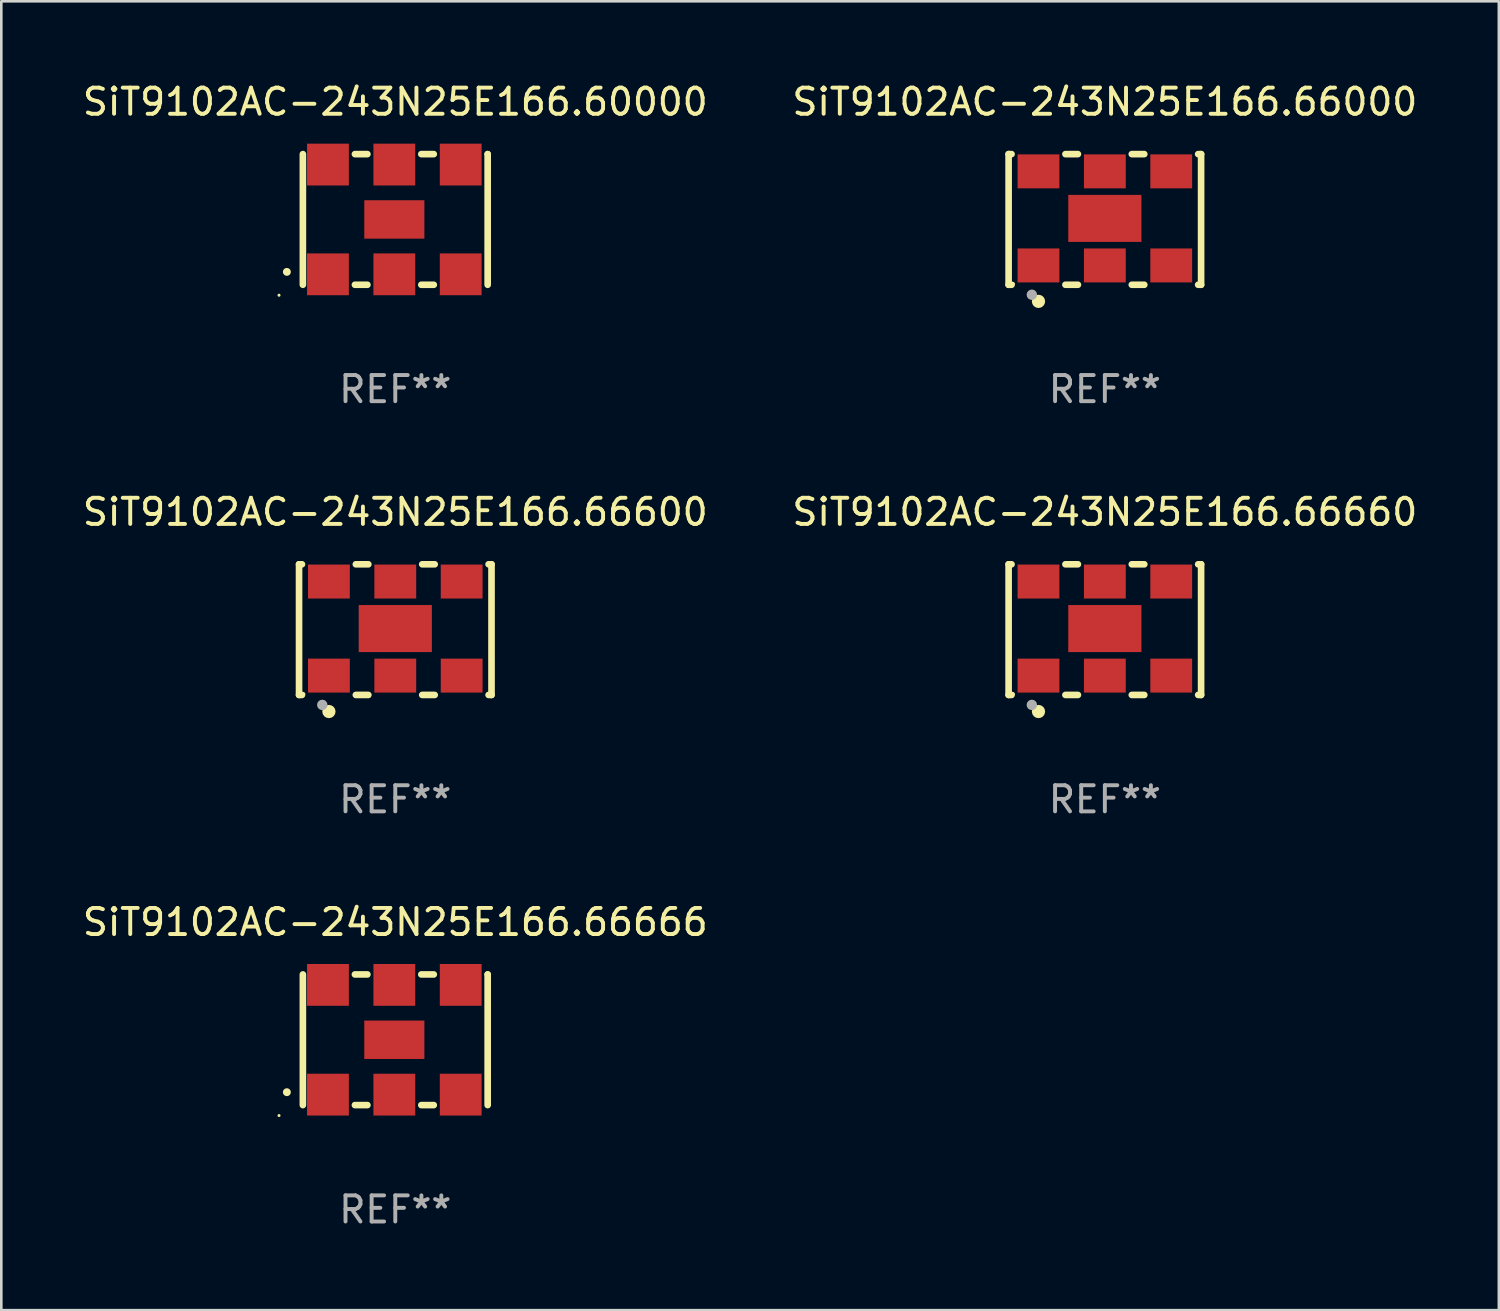
<source format=kicad_pcb>
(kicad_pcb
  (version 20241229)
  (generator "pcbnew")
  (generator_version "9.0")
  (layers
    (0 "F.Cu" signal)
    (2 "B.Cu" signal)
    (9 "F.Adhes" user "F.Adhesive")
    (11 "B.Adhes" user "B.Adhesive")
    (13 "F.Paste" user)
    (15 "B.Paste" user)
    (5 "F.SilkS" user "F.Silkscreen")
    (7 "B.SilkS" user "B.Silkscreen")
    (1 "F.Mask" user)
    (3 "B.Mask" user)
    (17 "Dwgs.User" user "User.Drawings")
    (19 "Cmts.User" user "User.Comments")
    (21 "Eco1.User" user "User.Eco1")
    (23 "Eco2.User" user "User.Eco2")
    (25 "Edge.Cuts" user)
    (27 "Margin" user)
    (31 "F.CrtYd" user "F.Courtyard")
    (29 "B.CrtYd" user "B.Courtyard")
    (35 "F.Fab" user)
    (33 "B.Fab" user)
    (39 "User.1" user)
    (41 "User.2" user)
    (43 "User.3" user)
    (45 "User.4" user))
  (footprint "SiT9102AC-243N25E166.66600"
    (layer "F.Cu")
    (at 12.077 21.045)
    (property "Reference" "SiT9102AC-243N25E166.66600" (at 0 -4.5 0) (layer "F.SilkS") (effects (font (size 1 1) (thickness 0.15))))
    (attr through_hole)
    (fp_line (start -3.683 -2.5) (end -3.571 -2.5) (stroke (width 0.254) (type solid)) (layer "F.SilkS"))
    (fp_line (start -3.683 2.5) (end -3.683 -2.5) (stroke (width 0.254) (type solid)) (layer "F.SilkS"))
    (fp_line (start -3.683 2.5) (end -3.571 2.5) (stroke (width 0.254) (type solid)) (layer "F.SilkS"))
    (fp_line (start -1.509 -2.5) (end -1.031 -2.5) (stroke (width 0.254) (type solid)) (layer "F.SilkS"))
    (fp_line (start -1.509 2.5) (end -1.031 2.5) (stroke (width 0.254) (type solid)) (layer "F.SilkS"))
    (fp_line (start 1.031 -2.5) (end 1.509 -2.5) (stroke (width 0.254) (type solid)) (layer "F.SilkS"))
    (fp_line (start 1.031 2.5) (end 1.509 2.5) (stroke (width 0.254) (type solid)) (layer "F.SilkS"))
    (fp_line (start 3.571 -2.5) (end 3.683 -2.5) (stroke (width 0.254) (type solid)) (layer "F.SilkS"))
    (fp_line (start 3.571 2.5) (end 3.683 2.5) (stroke (width 0.254) (type solid)) (layer "F.SilkS"))
    (fp_line (start 3.683 2.5) (end 3.683 -2.5) (stroke (width 0.254) (type solid)) (layer "F.SilkS"))
    (fp_circle (center -3.5 2.46) (end -3.47 2.46) (stroke (width 0.06) (type solid)) (fill no) (layer "F.SilkS"))
    (fp_circle (center -2.54 3.135) (end -2.413 3.135) (stroke (width 0.254) (type solid)) (fill no) (layer "F.SilkS"))
    (fp_circle (center -2.794 2.881) (end -2.694 2.881) (stroke (width 0.2) (type solid)) (fill no) (layer "F.Fab"))
    (fp_text user "REF**" (at 0 6.5 0) (layer "F.Fab") (effects (font (size 1 1) (thickness 0.15))))
    (pad "1" smd rect (at -2.54 1.76) (size 1.6 1.3) (layers "F.Cu" "F.Mask" "F.Paste"))
    (pad "2" smd rect (at 0 1.76) (size 1.6 1.3) (layers "F.Cu" "F.Mask" "F.Paste"))
    (pad "3" smd rect (at 2.54 1.76) (size 1.6 1.3) (layers "F.Cu" "F.Mask" "F.Paste"))
    (pad "4" smd rect (at 2.54 -1.84) (size 1.6 1.3) (layers "F.Cu" "F.Mask" "F.Paste"))
    (pad "5" smd rect (at 0 -1.84) (size 1.6 1.3) (layers "F.Cu" "F.Mask" "F.Paste"))
    (pad "6" smd rect (at -2.54 -1.84) (size 1.6 1.3) (layers "F.Cu" "F.Mask" "F.Paste"))
    (pad "7" smd rect (at 0 -0.04) (size 2.8 1.8) (layers "F.Cu" "F.Mask" "F.Paste")))
  (footprint "SiT9102AC-243N25E166.66660"
    (layer "F.Cu")
    (at 39.232 21.045)
    (property "Reference" "SiT9102AC-243N25E166.66660" (at 0 -4.5 0) (layer "F.SilkS") (effects (font (size 1 1) (thickness 0.15))))
    (attr through_hole)
    (fp_line (start -3.683 -2.5) (end -3.571 -2.5) (stroke (width 0.254) (type solid)) (layer "F.SilkS"))
    (fp_line (start -3.683 2.5) (end -3.683 -2.5) (stroke (width 0.254) (type solid)) (layer "F.SilkS"))
    (fp_line (start -3.683 2.5) (end -3.571 2.5) (stroke (width 0.254) (type solid)) (layer "F.SilkS"))
    (fp_line (start -1.509 -2.5) (end -1.031 -2.5) (stroke (width 0.254) (type solid)) (layer "F.SilkS"))
    (fp_line (start -1.509 2.5) (end -1.031 2.5) (stroke (width 0.254) (type solid)) (layer "F.SilkS"))
    (fp_line (start 1.031 -2.5) (end 1.509 -2.5) (stroke (width 0.254) (type solid)) (layer "F.SilkS"))
    (fp_line (start 1.031 2.5) (end 1.509 2.5) (stroke (width 0.254) (type solid)) (layer "F.SilkS"))
    (fp_line (start 3.571 -2.5) (end 3.683 -2.5) (stroke (width 0.254) (type solid)) (layer "F.SilkS"))
    (fp_line (start 3.571 2.5) (end 3.683 2.5) (stroke (width 0.254) (type solid)) (layer "F.SilkS"))
    (fp_line (start 3.683 2.5) (end 3.683 -2.5) (stroke (width 0.254) (type solid)) (layer "F.SilkS"))
    (fp_circle (center -3.5 2.46) (end -3.47 2.46) (stroke (width 0.06) (type solid)) (fill no) (layer "F.SilkS"))
    (fp_circle (center -2.54 3.135) (end -2.413 3.135) (stroke (width 0.254) (type solid)) (fill no) (layer "F.SilkS"))
    (fp_circle (center -2.794 2.881) (end -2.694 2.881) (stroke (width 0.2) (type solid)) (fill no) (layer "F.Fab"))
    (fp_text user "REF**" (at 0 6.5 0) (layer "F.Fab") (effects (font (size 1 1) (thickness 0.15))))
    (pad "1" smd rect (at -2.54 1.76) (size 1.6 1.3) (layers "F.Cu" "F.Mask" "F.Paste"))
    (pad "2" smd rect (at 0 1.76) (size 1.6 1.3) (layers "F.Cu" "F.Mask" "F.Paste"))
    (pad "3" smd rect (at 2.54 1.76) (size 1.6 1.3) (layers "F.Cu" "F.Mask" "F.Paste"))
    (pad "4" smd rect (at 2.54 -1.84) (size 1.6 1.3) (layers "F.Cu" "F.Mask" "F.Paste"))
    (pad "5" smd rect (at 0 -1.84) (size 1.6 1.3) (layers "F.Cu" "F.Mask" "F.Paste"))
    (pad "6" smd rect (at -2.54 -1.84) (size 1.6 1.3) (layers "F.Cu" "F.Mask" "F.Paste"))
    (pad "7" smd rect (at 0 -0.04) (size 2.8 1.8) (layers "F.Cu" "F.Mask" "F.Paste")))
  (footprint "SiT9102AC-243N25E166.66666"
    (layer "F.Cu")
    (at 12.077 36.741)
    (property "Reference" "SiT9102AC-243N25E166.66666" (at 0 -4.5 0) (layer "F.SilkS") (effects (font (size 1 1) (thickness 0.15))))
    (attr through_hole)
    (fp_line (start -3.536 -2.5) (end -3.536 2.5) (stroke (width 0.254) (type solid)) (layer "F.SilkS"))
    (fp_line (start -1.544 2.5) (end -1.067 2.5) (stroke (width 0.254) (type solid)) (layer "F.SilkS"))
    (fp_line (start -1.067 -2.5) (end -1.544 -2.5) (stroke (width 0.254) (type solid)) (layer "F.SilkS"))
    (fp_line (start 0.996 2.5) (end 1.473 2.5) (stroke (width 0.254) (type solid)) (layer "F.SilkS"))
    (fp_line (start 1.473 -2.5) (end 0.996 -2.5) (stroke (width 0.254) (type solid)) (layer "F.SilkS"))
    (fp_line (start 3.536 -2.5) (end 3.536 -2.5) (stroke (width 0.254) (type solid)) (layer "F.SilkS"))
    (fp_line (start 3.536 2.5) (end 3.536 -2.5) (stroke (width 0.254) (type solid)) (layer "F.SilkS"))
    (fp_arc (start -4.150432 2.006604) (mid -4.149162 2.006599) (end -4.147892 2.006604) (stroke (width 0.3) (type solid)) (layer "F.SilkS"))
    (fp_circle (center -4.449 2.9) (end -4.419 2.9) (stroke (width 0.06) (type solid)) (fill no) (layer "F.SilkS"))
    (fp_text user "REF**" (at 0 6.5 0) (layer "F.Fab") (effects (font (size 1 1) (thickness 0.15))))
    (pad "1" smd rect (at -2.576 2.1) (size 1.6 1.6) (layers "F.Cu" "F.Mask" "F.Paste"))
    (pad "2" smd rect (at -0.036 2.1) (size 1.6 1.6) (layers "F.Cu" "F.Mask" "F.Paste"))
    (pad "3" smd rect (at 2.504 2.1) (size 1.6 1.6) (layers "F.Cu" "F.Mask" "F.Paste"))
    (pad "4" smd rect (at 2.504 -2.1) (size 1.6 1.6) (layers "F.Cu" "F.Mask" "F.Paste"))
    (pad "5" smd rect (at -0.036 -2.1) (size 1.6 1.6) (layers "F.Cu" "F.Mask" "F.Paste"))
    (pad "6" smd rect (at -2.576 -2.1) (size 1.6 1.6) (layers "F.Cu" "F.Mask" "F.Paste"))
    (pad "7" smd rect (at -0.036 0) (size 2.3 1.47) (layers "F.Cu" "F.Mask" "F.Paste")))
  (footprint "SiT9102AC-243N25E166.60000"
    (layer "F.Cu")
    (at 12.077 5.348)
    (property "Reference" "SiT9102AC-243N25E166.60000" (at 0 -4.5 0) (layer "F.SilkS") (effects (font (size 1 1) (thickness 0.15))))
    (attr through_hole)
    (fp_line (start -3.536 -2.5) (end -3.536 2.5) (stroke (width 0.254) (type solid)) (layer "F.SilkS"))
    (fp_line (start -1.544 2.5) (end -1.067 2.5) (stroke (width 0.254) (type solid)) (layer "F.SilkS"))
    (fp_line (start -1.067 -2.5) (end -1.544 -2.5) (stroke (width 0.254) (type solid)) (layer "F.SilkS"))
    (fp_line (start 0.996 2.5) (end 1.473 2.5) (stroke (width 0.254) (type solid)) (layer "F.SilkS"))
    (fp_line (start 1.473 -2.5) (end 0.996 -2.5) (stroke (width 0.254) (type solid)) (layer "F.SilkS"))
    (fp_line (start 3.536 -2.5) (end 3.536 -2.5) (stroke (width 0.254) (type solid)) (layer "F.SilkS"))
    (fp_line (start 3.536 2.5) (end 3.536 -2.5) (stroke (width 0.254) (type solid)) (layer "F.SilkS"))
    (fp_arc (start -4.150432 2.006604) (mid -4.149162 2.006599) (end -4.147892 2.006604) (stroke (width 0.3) (type solid)) (layer "F.SilkS"))
    (fp_circle (center -4.449 2.9) (end -4.419 2.9) (stroke (width 0.06) (type solid)) (fill no) (layer "F.SilkS"))
    (fp_text user "REF**" (at 0 6.5 0) (layer "F.Fab") (effects (font (size 1 1) (thickness 0.15))))
    (pad "1" smd rect (at -2.576 2.1) (size 1.6 1.6) (layers "F.Cu" "F.Mask" "F.Paste"))
    (pad "2" smd rect (at -0.036 2.1) (size 1.6 1.6) (layers "F.Cu" "F.Mask" "F.Paste"))
    (pad "3" smd rect (at 2.504 2.1) (size 1.6 1.6) (layers "F.Cu" "F.Mask" "F.Paste"))
    (pad "4" smd rect (at 2.504 -2.1) (size 1.6 1.6) (layers "F.Cu" "F.Mask" "F.Paste"))
    (pad "5" smd rect (at -0.036 -2.1) (size 1.6 1.6) (layers "F.Cu" "F.Mask" "F.Paste"))
    (pad "6" smd rect (at -2.576 -2.1) (size 1.6 1.6) (layers "F.Cu" "F.Mask" "F.Paste"))
    (pad "7" smd rect (at -0.036 0) (size 2.3 1.47) (layers "F.Cu" "F.Mask" "F.Paste")))
  (footprint "SiT9102AC-243N25E166.66000"
    (layer "F.Cu")
    (at 39.232 5.348)
    (property "Reference" "SiT9102AC-243N25E166.66000" (at 0 -4.5 0) (layer "F.SilkS") (effects (font (size 1 1) (thickness 0.15))))
    (attr through_hole)
    (fp_line (start -3.683 -2.5) (end -3.571 -2.5) (stroke (width 0.254) (type solid)) (layer "F.SilkS"))
    (fp_line (start -3.683 2.5) (end -3.683 -2.5) (stroke (width 0.254) (type solid)) (layer "F.SilkS"))
    (fp_line (start -3.683 2.5) (end -3.571 2.5) (stroke (width 0.254) (type solid)) (layer "F.SilkS"))
    (fp_line (start -1.509 -2.5) (end -1.031 -2.5) (stroke (width 0.254) (type solid)) (layer "F.SilkS"))
    (fp_line (start -1.509 2.5) (end -1.031 2.5) (stroke (width 0.254) (type solid)) (layer "F.SilkS"))
    (fp_line (start 1.031 -2.5) (end 1.509 -2.5) (stroke (width 0.254) (type solid)) (layer "F.SilkS"))
    (fp_line (start 1.031 2.5) (end 1.509 2.5) (stroke (width 0.254) (type solid)) (layer "F.SilkS"))
    (fp_line (start 3.571 -2.5) (end 3.683 -2.5) (stroke (width 0.254) (type solid)) (layer "F.SilkS"))
    (fp_line (start 3.571 2.5) (end 3.683 2.5) (stroke (width 0.254) (type solid)) (layer "F.SilkS"))
    (fp_line (start 3.683 2.5) (end 3.683 -2.5) (stroke (width 0.254) (type solid)) (layer "F.SilkS"))
    (fp_circle (center -3.5 2.46) (end -3.47 2.46) (stroke (width 0.06) (type solid)) (fill no) (layer "F.SilkS"))
    (fp_circle (center -2.54 3.135) (end -2.413 3.135) (stroke (width 0.254) (type solid)) (fill no) (layer "F.SilkS"))
    (fp_circle (center -2.794 2.881) (end -2.694 2.881) (stroke (width 0.2) (type solid)) (fill no) (layer "F.Fab"))
    (fp_text user "REF**" (at 0 6.5 0) (layer "F.Fab") (effects (font (size 1 1) (thickness 0.15))))
    (pad "1" smd rect (at -2.54 1.76) (size 1.6 1.3) (layers "F.Cu" "F.Mask" "F.Paste"))
    (pad "2" smd rect (at 0 1.76) (size 1.6 1.3) (layers "F.Cu" "F.Mask" "F.Paste"))
    (pad "3" smd rect (at 2.54 1.76) (size 1.6 1.3) (layers "F.Cu" "F.Mask" "F.Paste"))
    (pad "4" smd rect (at 2.54 -1.84) (size 1.6 1.3) (layers "F.Cu" "F.Mask" "F.Paste"))
    (pad "5" smd rect (at 0 -1.84) (size 1.6 1.3) (layers "F.Cu" "F.Mask" "F.Paste"))
    (pad "6" smd rect (at -2.54 -1.84) (size 1.6 1.3) (layers "F.Cu" "F.Mask" "F.Paste"))
    (pad "7" smd rect (at 0 -0.04) (size 2.8 1.8) (layers "F.Cu" "F.Mask" "F.Paste")))
  (gr_rect
    (start -3 -3)
    (end 54.31 47.09)
    (stroke (width 0.1) (type default))
    (fill no)
    (layer "Edge.Cuts")))
</source>
